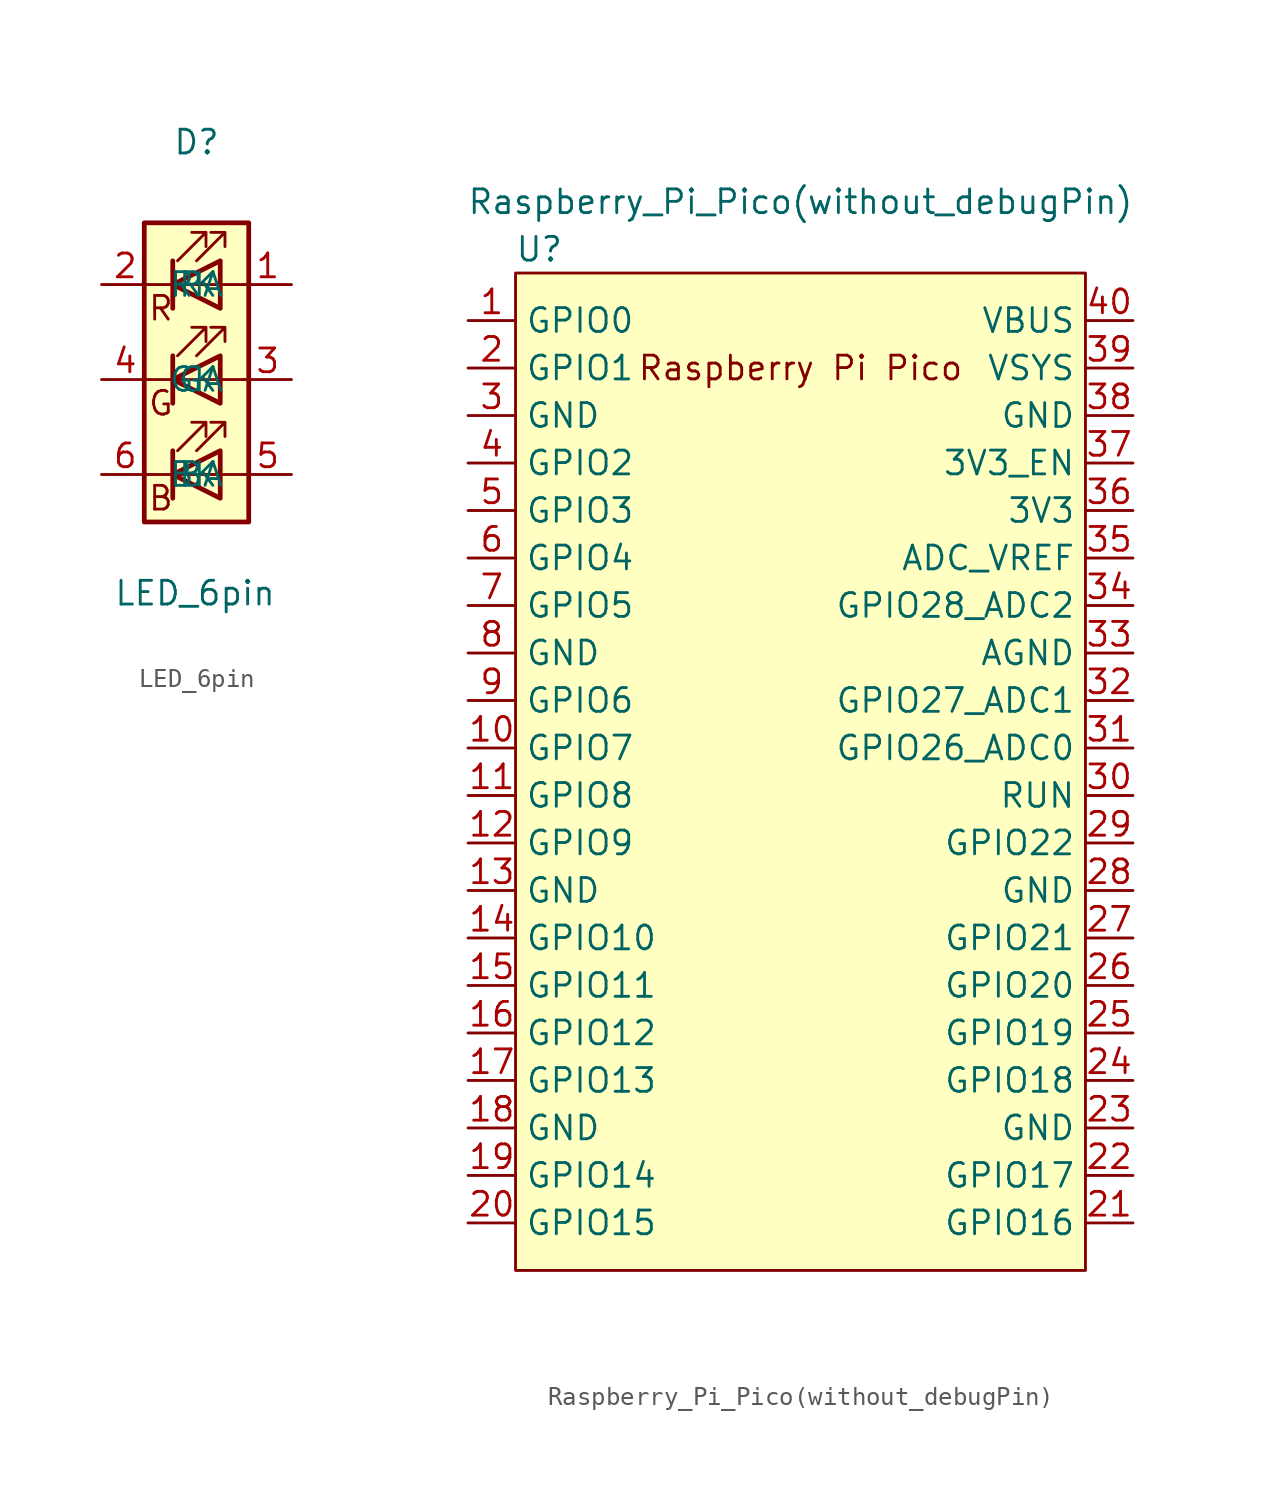
<source format=kicad_sym>
(kicad_symbol_lib
  (version 20220914)
  (generator kicad_symbol_editor)
  (symbol "LED_6pin"
    (pin_names
      (offset 1.016))
    (property "Reference" "D"
      (at 0 12.7 0)
      (effects (font (size 1.27 1.27))))
    (property "Value" "LED_6pin"
      (at -0.076 -11.43 0)
      (effects (font (size 1.27 1.27))))
    (symbol "LED_6pin_1_1"
      (polyline (pts (xy -1.27 -5.08) (xy -2.54 -5.08)) (stroke (width 0) (type default)) (fill (type none)))
      (polyline (pts (xy -1.27 -5.08) (xy 1.27 -5.08)) (stroke (width 0) (type default)) (fill (type none)))
      (polyline (pts (xy -1.27 -3.81) (xy -1.27 -6.35)) (stroke (width 0.254) (type default)) (fill (type none)))
      (polyline (pts (xy -1.27 0) (xy -2.54 0)) (stroke (width 0) (type default)) (fill (type none)))
      (polyline (pts (xy -1.27 1.27) (xy -1.27 -1.27)) (stroke (width 0.254) (type default)) (fill (type none)))
      (polyline (pts (xy -1.27 5.08) (xy -2.54 5.08)) (stroke (width 0) (type default)) (fill (type none)))
      (polyline (pts (xy -1.27 5.08) (xy 1.27 5.08)) (stroke (width 0) (type default)) (fill (type none)))
      (polyline (pts (xy -1.27 6.35) (xy -1.27 3.81)) (stroke (width 0.254) (type default)) (fill (type none)))
      (polyline (pts (xy 1.27 -5.08) (xy 2.54 -5.08)) (stroke (width 0) (type default)) (fill (type none)))
      (polyline (pts (xy 1.27 0) (xy -1.27 0)) (stroke (width 0) (type default)) (fill (type none)))
      (polyline (pts (xy 1.27 0) (xy 2.54 0)) (stroke (width 0) (type default)) (fill (type none)))
      (polyline (pts (xy 1.27 5.08) (xy 2.54 5.08)) (stroke (width 0) (type default)) (fill (type none)))
      (polyline (pts (xy -1.27 1.27) (xy -1.27 -1.27) (xy -1.27 -1.27)) (stroke (width 0) (type default)) (fill (type none)))
      (polyline (pts (xy -1.27 6.35) (xy -1.27 3.81) (xy -1.27 3.81)) (stroke (width 0) (type default)) (fill (type none)))
      (polyline (pts (xy 1.27 -3.81) (xy 1.27 -6.35) (xy -1.27 -5.08) (xy 1.27 -3.81)) (stroke (width 0.254) (type default)) (fill (type none)))
      (polyline (pts (xy 1.27 1.27) (xy 1.27 -1.27) (xy -1.27 0) (xy 1.27 1.27)) (stroke (width 0.254) (type default)) (fill (type none)))
      (polyline (pts (xy 1.27 6.35) (xy 1.27 3.81) (xy -1.27 5.08) (xy 1.27 6.35)) (stroke (width 0.254) (type default)) (fill (type none)))
      (polyline (pts (xy -1.016 -3.81) (xy 0.508 -2.286) (xy -0.254 -2.286) (xy 0.508 -2.286) (xy 0.508 -3.048)) (stroke (width 0) (type default)) (fill (type none)))
      (polyline (pts (xy -1.016 1.27) (xy 0.508 2.794) (xy -0.254 2.794) (xy 0.508 2.794) (xy 0.508 2.032)) (stroke (width 0) (type default)) (fill (type none)))
      (polyline (pts (xy -1.016 6.35) (xy 0.508 7.874) (xy -0.254 7.874) (xy 0.508 7.874) (xy 0.508 7.112)) (stroke (width 0) (type default)) (fill (type none)))
      (polyline (pts (xy 0 -3.81) (xy 1.524 -2.286) (xy 0.762 -2.286) (xy 1.524 -2.286) (xy 1.524 -3.048)) (stroke (width 0) (type default)) (fill (type none)))
      (polyline (pts (xy 0 1.27) (xy 1.524 2.794) (xy 0.762 2.794) (xy 1.524 2.794) (xy 1.524 2.032)) (stroke (width 0) (type default)) (fill (type none)))
      (polyline (pts (xy 0 6.35) (xy 1.524 7.874) (xy 0.762 7.874) (xy 1.524 7.874) (xy 1.524 7.112)) (stroke (width 0) (type default)) (fill (type none)))
      (rectangle (start 1.27 -1.27) (end 1.27 1.27) (stroke (width 0) (type default)) (fill (type none)))
      (rectangle (start 1.27 1.27) (end 1.27 1.27) (stroke (width 0) (type default)) (fill (type none)))
      (rectangle (start 1.27 3.81) (end 1.27 6.35) (stroke (width 0) (type default)) (fill (type none)))
      (rectangle (start 1.27 6.35) (end 1.27 6.35) (stroke (width 0) (type default)) (fill (type none)))
      (rectangle (start 2.794 8.382) (end -2.794 -7.62) (stroke (width 0.254) (type default)) (fill (type background)))
      (text "B" (at -1.905 -6.35 0) (effects (font (size 1.27 1.27))))
      (text "G" (at -1.905 -1.27 0) (effects (font (size 1.27 1.27))))
      (text "R" (at -1.905 3.81 0) (effects (font (size 1.27 1.27))))
      (pin passive line (at 5.08 5.08 180) (length 2.54) (name "RA" (effects (font (size 1.27 1.27)))) (number "1" (effects (font (size 1.27 1.27)))))
      (pin passive line (at -5.08 5.08 0) (length 2.54) (name "RK" (effects (font (size 1.27 1.27)))) (number "2" (effects (font (size 1.27 1.27)))))
      (pin passive line (at 5.08 0 180) (length 2.54) (name "GA" (effects (font (size 1.27 1.27)))) (number "3" (effects (font (size 1.27 1.27)))))
      (pin passive line (at -5.08 0 0) (length 2.54) (name "GK" (effects (font (size 1.27 1.27)))) (number "4" (effects (font (size 1.27 1.27)))))
      (pin passive line (at 5.08 -5.08 180) (length 2.54) (name "BA" (effects (font (size 1.27 1.27)))) (number "5" (effects (font (size 1.27 1.27)))))
      (pin passive line (at -5.08 -5.08 0) (length 2.54) (name "BK" (effects (font (size 1.27 1.27)))) (number "6" (effects (font (size 1.27 1.27)))))))
  (symbol "Raspberry_Pi_Pico(without_debugPin)"
    (property "Reference" "U"
      (at -13.97 27.94 0)
      (effects (font (size 1.27 1.27))))
    (property "Value" "Raspberry_Pi_Pico(without_debugPin)"
      (at 0 30.48 0)
      (effects (font (size 1.27 1.27))))
    (symbol "Raspberry_Pi_Pico(without_debugPin)_0_0"
      (text "Raspberry Pi Pico" (at 0 21.59 0) (effects (font (size 1.27 1.27)))))
    (symbol "Raspberry_Pi_Pico(without_debugPin)_0_1"
      (rectangle (start -15.24 26.67) (end 15.24 -26.67) (stroke (width 0) (type default)) (fill (type background))))
    (symbol "Raspberry_Pi_Pico(without_debugPin)_1_1"
      (pin bidirectional line (at -17.78 24.13 0) (length 2.54) (name "GPIO0" (effects (font (size 1.27 1.27)))) (number "1" (effects (font (size 1.27 1.27)))))
      (pin bidirectional line (at -17.78 1.27 0) (length 2.54) (name "GPIO7" (effects (font (size 1.27 1.27)))) (number "10" (effects (font (size 1.27 1.27)))))
      (pin bidirectional line (at -17.78 -1.27 0) (length 2.54) (name "GPIO8" (effects (font (size 1.27 1.27)))) (number "11" (effects (font (size 1.27 1.27)))))
      (pin bidirectional line (at -17.78 -3.81 0) (length 2.54) (name "GPIO9" (effects (font (size 1.27 1.27)))) (number "12" (effects (font (size 1.27 1.27)))))
      (pin power_in line (at -17.78 -6.35 0) (length 2.54) (name "GND" (effects (font (size 1.27 1.27)))) (number "13" (effects (font (size 1.27 1.27)))))
      (pin bidirectional line (at -17.78 -8.89 0) (length 2.54) (name "GPIO10" (effects (font (size 1.27 1.27)))) (number "14" (effects (font (size 1.27 1.27)))))
      (pin bidirectional line (at -17.78 -11.43 0) (length 2.54) (name "GPIO11" (effects (font (size 1.27 1.27)))) (number "15" (effects (font (size 1.27 1.27)))))
      (pin bidirectional line (at -17.78 -13.97 0) (length 2.54) (name "GPIO12" (effects (font (size 1.27 1.27)))) (number "16" (effects (font (size 1.27 1.27)))))
      (pin bidirectional line (at -17.78 -16.51 0) (length 2.54) (name "GPIO13" (effects (font (size 1.27 1.27)))) (number "17" (effects (font (size 1.27 1.27)))))
      (pin power_in line (at -17.78 -19.05 0) (length 2.54) (name "GND" (effects (font (size 1.27 1.27)))) (number "18" (effects (font (size 1.27 1.27)))))
      (pin bidirectional line (at -17.78 -21.59 0) (length 2.54) (name "GPIO14" (effects (font (size 1.27 1.27)))) (number "19" (effects (font (size 1.27 1.27)))))
      (pin bidirectional line (at -17.78 21.59 0) (length 2.54) (name "GPIO1" (effects (font (size 1.27 1.27)))) (number "2" (effects (font (size 1.27 1.27)))))
      (pin bidirectional line (at -17.78 -24.13 0) (length 2.54) (name "GPIO15" (effects (font (size 1.27 1.27)))) (number "20" (effects (font (size 1.27 1.27)))))
      (pin bidirectional line (at 17.78 -24.13 180) (length 2.54) (name "GPIO16" (effects (font (size 1.27 1.27)))) (number "21" (effects (font (size 1.27 1.27)))))
      (pin bidirectional line (at 17.78 -21.59 180) (length 2.54) (name "GPIO17" (effects (font (size 1.27 1.27)))) (number "22" (effects (font (size 1.27 1.27)))))
      (pin power_in line (at 17.78 -19.05 180) (length 2.54) (name "GND" (effects (font (size 1.27 1.27)))) (number "23" (effects (font (size 1.27 1.27)))))
      (pin bidirectional line (at 17.78 -16.51 180) (length 2.54) (name "GPIO18" (effects (font (size 1.27 1.27)))) (number "24" (effects (font (size 1.27 1.27)))))
      (pin bidirectional line (at 17.78 -13.97 180) (length 2.54) (name "GPIO19" (effects (font (size 1.27 1.27)))) (number "25" (effects (font (size 1.27 1.27)))))
      (pin bidirectional line (at 17.78 -11.43 180) (length 2.54) (name "GPIO20" (effects (font (size 1.27 1.27)))) (number "26" (effects (font (size 1.27 1.27)))))
      (pin bidirectional line (at 17.78 -8.89 180) (length 2.54) (name "GPIO21" (effects (font (size 1.27 1.27)))) (number "27" (effects (font (size 1.27 1.27)))))
      (pin power_in line (at 17.78 -6.35 180) (length 2.54) (name "GND" (effects (font (size 1.27 1.27)))) (number "28" (effects (font (size 1.27 1.27)))))
      (pin bidirectional line (at 17.78 -3.81 180) (length 2.54) (name "GPIO22" (effects (font (size 1.27 1.27)))) (number "29" (effects (font (size 1.27 1.27)))))
      (pin power_in line (at -17.78 19.05 0) (length 2.54) (name "GND" (effects (font (size 1.27 1.27)))) (number "3" (effects (font (size 1.27 1.27)))))
      (pin input line (at 17.78 -1.27 180) (length 2.54) (name "RUN" (effects (font (size 1.27 1.27)))) (number "30" (effects (font (size 1.27 1.27)))))
      (pin bidirectional line (at 17.78 1.27 180) (length 2.54) (name "GPIO26_ADC0" (effects (font (size 1.27 1.27)))) (number "31" (effects (font (size 1.27 1.27)))))
      (pin bidirectional line (at 17.78 3.81 180) (length 2.54) (name "GPIO27_ADC1" (effects (font (size 1.27 1.27)))) (number "32" (effects (font (size 1.27 1.27)))))
      (pin power_in line (at 17.78 6.35 180) (length 2.54) (name "AGND" (effects (font (size 1.27 1.27)))) (number "33" (effects (font (size 1.27 1.27)))))
      (pin bidirectional line (at 17.78 8.89 180) (length 2.54) (name "GPIO28_ADC2" (effects (font (size 1.27 1.27)))) (number "34" (effects (font (size 1.27 1.27)))))
      (pin power_in line (at 17.78 11.43 180) (length 2.54) (name "ADC_VREF" (effects (font (size 1.27 1.27)))) (number "35" (effects (font (size 1.27 1.27)))))
      (pin power_in line (at 17.78 13.97 180) (length 2.54) (name "3V3" (effects (font (size 1.27 1.27)))) (number "36" (effects (font (size 1.27 1.27)))))
      (pin input line (at 17.78 16.51 180) (length 2.54) (name "3V3_EN" (effects (font (size 1.27 1.27)))) (number "37" (effects (font (size 1.27 1.27)))))
      (pin power_in line (at 17.78 19.05 180) (length 2.54) (name "GND" (effects (font (size 1.27 1.27)))) (number "38" (effects (font (size 1.27 1.27)))))
      (pin power_in line (at 17.78 21.59 180) (length 2.54) (name "VSYS" (effects (font (size 1.27 1.27)))) (number "39" (effects (font (size 1.27 1.27)))))
      (pin bidirectional line (at -17.78 16.51 0) (length 2.54) (name "GPIO2" (effects (font (size 1.27 1.27)))) (number "4" (effects (font (size 1.27 1.27)))))
      (pin power_in line (at 17.78 24.13 180) (length 2.54) (name "VBUS" (effects (font (size 1.27 1.27)))) (number "40" (effects (font (size 1.27 1.27)))))
      (pin bidirectional line (at -17.78 13.97 0) (length 2.54) (name "GPIO3" (effects (font (size 1.27 1.27)))) (number "5" (effects (font (size 1.27 1.27)))))
      (pin bidirectional line (at -17.78 11.43 0) (length 2.54) (name "GPIO4" (effects (font (size 1.27 1.27)))) (number "6" (effects (font (size 1.27 1.27)))))
      (pin bidirectional line (at -17.78 8.89 0) (length 2.54) (name "GPIO5" (effects (font (size 1.27 1.27)))) (number "7" (effects (font (size 1.27 1.27)))))
      (pin power_in line (at -17.78 6.35 0) (length 2.54) (name "GND" (effects (font (size 1.27 1.27)))) (number "8" (effects (font (size 1.27 1.27)))))
      (pin bidirectional line (at -17.78 3.81 0) (length 2.54) (name "GPIO6" (effects (font (size 1.27 1.27)))) (number "9" (effects (font (size 1.27 1.27))))))))
</source>
